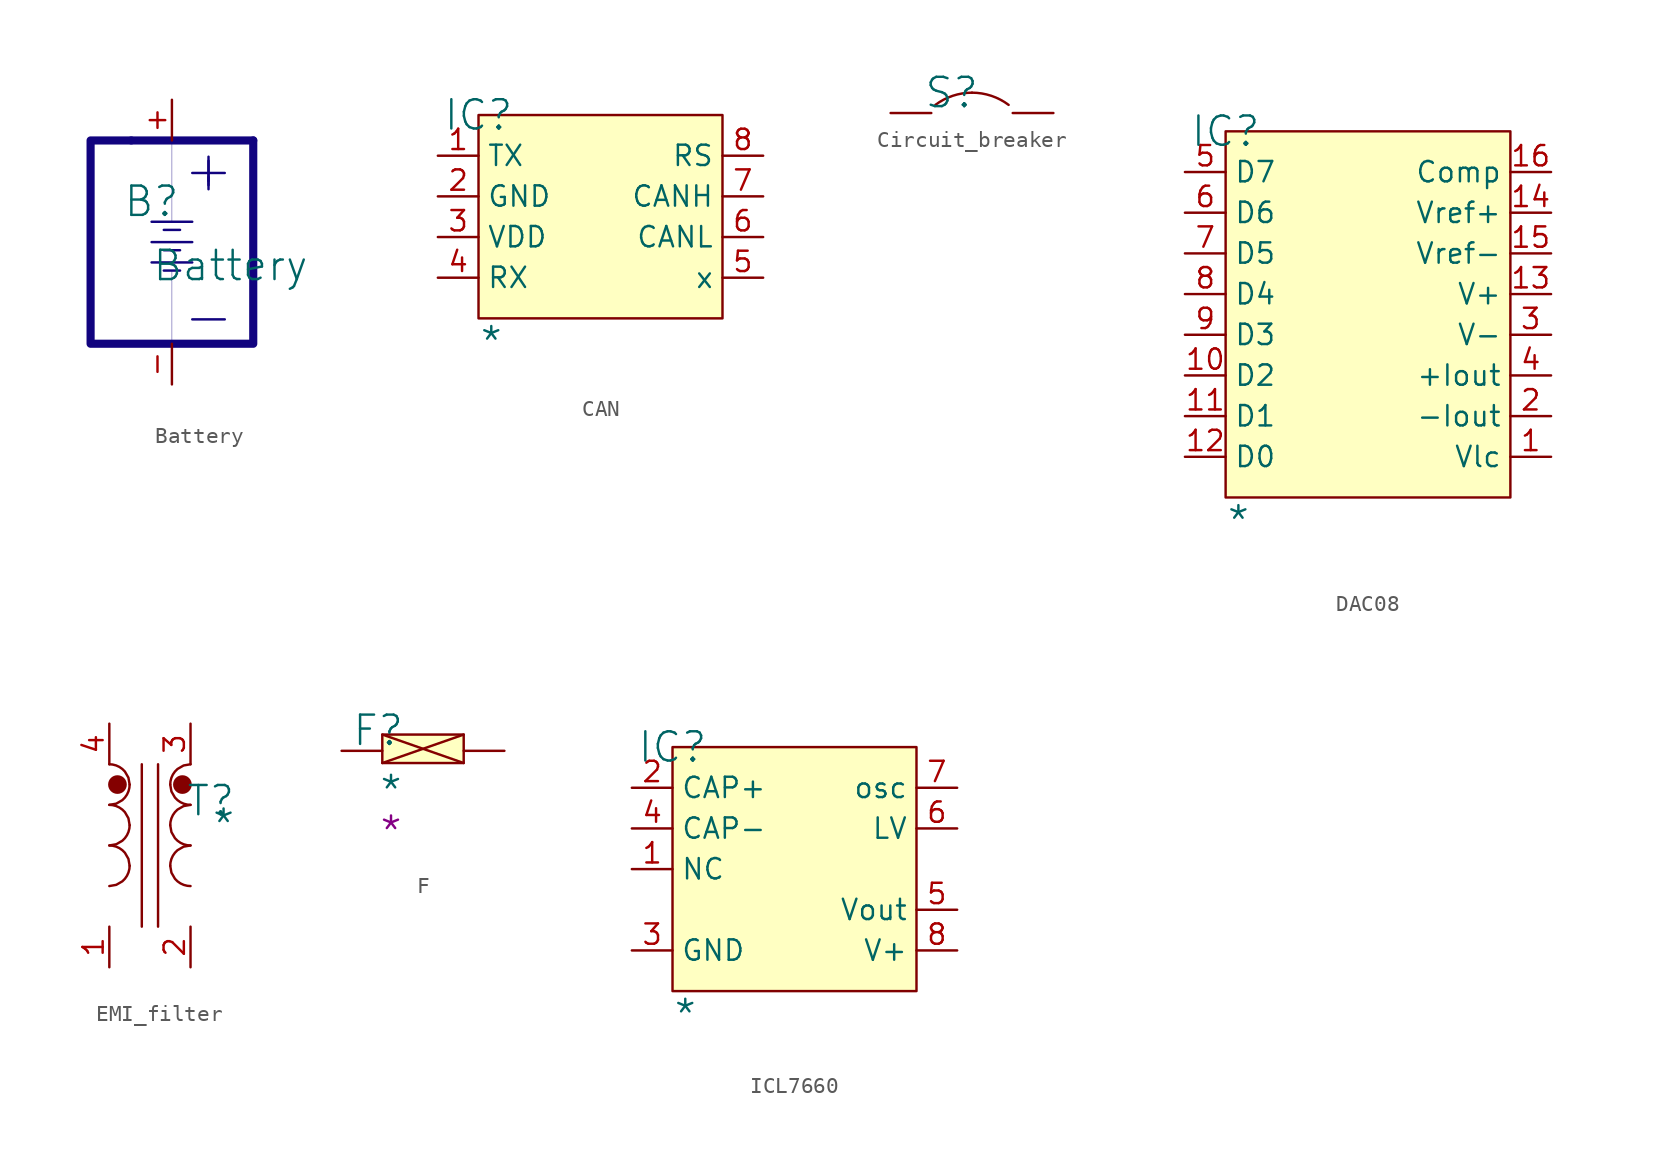
<source format=kicad_sym>
(kicad_symbol_lib
  (version 20241209)
  (generator "kicad_symbol_editor")
  (generator_version "9.0")
  (symbol "Battery"
    (pin_names
      (hide yes))
    (property "Reference" "B"
      (at -1.27 1.27 0)
      (effects (font (size 1.829 1.829))))
    (property "Value" "Battery"
      (at -1.27 -3.81 0)
      (effects (font (size 1.829 1.829)) (justify left bottom)))
    (symbol "Battery_1_0"
      (polyline (pts (xy -2.54 5.08) (xy 5.08 5.08)) (stroke (width 0.508) (type solid) (color 17 3 127 1)) (fill (type none)))
      (polyline (pts (xy -1.27 0) (xy 1.27 0)) (stroke (width 0) (type solid) (color 17 3 127 1)) (fill (type none)))
      (polyline (pts (xy -1.27 -1.27) (xy 1.27 -1.27)) (stroke (width 0) (type solid) (color 17 3 127 1)) (fill (type none)))
      (polyline (pts (xy -1.27 -2.54) (xy 1.27 -2.54)) (stroke (width 0) (type solid) (color 17 3 127 1)) (fill (type none)))
      (polyline (pts (xy -0.508 -0.508) (xy 0.508 -0.508)) (stroke (width 0) (type solid) (color 17 3 127 1)) (fill (type none)))
      (polyline (pts (xy -0.508 -1.778) (xy 0.508 -1.778)) (stroke (width 0) (type solid) (color 17 3 127 1)) (fill (type none)))
      (polyline (pts (xy -0.508 -3.048) (xy 0.508 -3.048)) (stroke (width 0) (type solid) (color 17 3 127 1)) (fill (type none)))
      (polyline (pts (xy 0 5.08) (xy 0 0)) (stroke (width 0.025) (type solid) (color 17 3 127 1)) (fill (type none)))
      (polyline (pts (xy 0 -3.048) (xy 0 -7.62)) (stroke (width 0.025) (type solid) (color 17 3 127 1)) (fill (type none)))
      (polyline (pts (xy 1.27 3.048) (xy 3.302 3.048)) (stroke (width 0) (type solid) (color 17 3 127 1)) (fill (type none)))
      (polyline (pts (xy 1.27 -6.096) (xy 3.302 -6.096)) (stroke (width 0) (type solid) (color 17 3 127 1)) (fill (type none)))
      (polyline (pts (xy 2.286 4.064) (xy 2.286 2.032)) (stroke (width 0) (type solid) (color 17 3 127 1)) (fill (type none)))
      (polyline (pts (xy 2.286 3.81) (xy 2.286 2.54)) (stroke (width 0) (type solid) (color 17 3 127 1)) (fill (type none)))
      (polyline (pts (xy 2.286 2.794) (xy 2.286 2.286)) (stroke (width 0) (type solid) (color 17 3 127 1)) (fill (type none)))
      (polyline (pts (xy 5.08 5.08) (xy 5.08 -7.62) (xy -5.08 -7.62) (xy -5.08 5.08) (xy -2.54 5.08)) (stroke (width 0.508) (type solid) (color 17 3 127 1)) (fill (type none)))
      (pin power_in line (at 0 7.62 270) (length 2.54) (name "+" (effects (font (size 1.27 1.27)))) (number "+" (effects (font (size 1.27 1.27)))))
      (pin power_in line (at 0 -10.16 90) (length 2.54) (name "-" (effects (font (size 1.27 1.27)))) (number "-" (effects (font (size 1.27 1.27)))))))
  (symbol "CAN"
    (property "Reference" "IC"
      (at 0 0 0)
      (effects (font (size 1.829 1.829))))
    (property "Value" "*"
      (at 0 -15.24 0)
      (effects (font (size 1.829 1.829)) (justify left bottom)))
    (symbol "CAN_1_0"
      (rectangle (start 15.24 0) (end 0 -12.7) (stroke (width 0) (type solid) (color 128 0 0 1)) (fill (type background)))
      (pin passive line (at -2.54 -2.54 0) (length 2.54) (name "TX" (effects (font (size 1.27 1.27)))) (number "1" (effects (font (size 1.27 1.27)))))
      (pin passive line (at -2.54 -5.08 0) (length 2.54) (name "GND" (effects (font (size 1.27 1.27)))) (number "2" (effects (font (size 1.27 1.27)))))
      (pin passive line (at -2.54 -7.62 0) (length 2.54) (name "VDD" (effects (font (size 1.27 1.27)))) (number "3" (effects (font (size 1.27 1.27)))))
      (pin passive line (at -2.54 -10.16 0) (length 2.54) (name "RX" (effects (font (size 1.27 1.27)))) (number "4" (effects (font (size 1.27 1.27)))))
      (pin passive line (at 17.78 -2.54 180) (length 2.54) (name "RS" (effects (font (size 1.27 1.27)))) (number "8" (effects (font (size 1.27 1.27)))))
      (pin passive line (at 17.78 -5.08 180) (length 2.54) (name "CANH" (effects (font (size 1.27 1.27)))) (number "7" (effects (font (size 1.27 1.27)))))
      (pin passive line (at 17.78 -7.62 180) (length 2.54) (name "CANL" (effects (font (size 1.27 1.27)))) (number "6" (effects (font (size 1.27 1.27)))))
      (pin passive line (at 17.78 -10.16 180) (length 2.54) (name "x" (effects (font (size 1.27 1.27)))) (number "5" (effects (font (size 1.27 1.27)))))))
  (symbol "Circuit_breaker"
    (pin_numbers
      (hide yes))
    (pin_names
      (hide yes))
    (property "Reference" "S"
      (at -1.27 1.27 0)
      (effects (font (size 1.829 1.829))))
    (symbol "Circuit_breaker_1_0"
      (arc (start -2.286 0.508) (mid -1.2048 1.0745) (end 0 1.27) (stroke (width 0) (type solid)) (fill (type none)))
      (arc (start 0 1.27) (mid 1.2048 1.0745) (end 2.286 0.508) (stroke (width 0) (type solid)) (fill (type none)))
      (pin passive line (at -5.08 0 0) (length 2.54) (name "1" (effects (font (size 1.27 1.27)))) (number "1" (effects (font (size 1.27 1.27)))))
      (pin passive line (at 5.08 0 180) (length 2.54) (name "2" (effects (font (size 1.27 1.27)))) (number "2" (effects (font (size 1.27 1.27)))))))
  (symbol "DAC08"
    (property "Reference" "IC"
      (at 0 0 0)
      (effects (font (size 1.829 1.829))))
    (property "Value" "*"
      (at 0 -25.4 0)
      (effects (font (size 1.829 1.829)) (justify left bottom)))
    (symbol "DAC08_1_0"
      (rectangle (start 17.78 0) (end 0 -22.86) (stroke (width 0) (type solid) (color 128 0 0 1)) (fill (type background)))
      (pin passive line (at -2.54 -2.54 0) (length 2.54) (name "D7" (effects (font (size 1.27 1.27)))) (number "5" (effects (font (size 1.27 1.27)))))
      (pin passive line (at -2.54 -5.08 0) (length 2.54) (name "D6" (effects (font (size 1.27 1.27)))) (number "6" (effects (font (size 1.27 1.27)))))
      (pin passive line (at -2.54 -7.62 0) (length 2.54) (name "D5" (effects (font (size 1.27 1.27)))) (number "7" (effects (font (size 1.27 1.27)))))
      (pin passive line (at -2.54 -10.16 0) (length 2.54) (name "D4" (effects (font (size 1.27 1.27)))) (number "8" (effects (font (size 1.27 1.27)))))
      (pin passive line (at -2.54 -12.7 0) (length 2.54) (name "D3" (effects (font (size 1.27 1.27)))) (number "9" (effects (font (size 1.27 1.27)))))
      (pin passive line (at -2.54 -15.24 0) (length 2.54) (name "D2" (effects (font (size 1.27 1.27)))) (number "10" (effects (font (size 1.27 1.27)))))
      (pin passive line (at -2.54 -17.78 0) (length 2.54) (name "D1" (effects (font (size 1.27 1.27)))) (number "11" (effects (font (size 1.27 1.27)))))
      (pin passive line (at -2.54 -20.32 0) (length 2.54) (name "D0" (effects (font (size 1.27 1.27)))) (number "12" (effects (font (size 1.27 1.27)))))
      (pin passive line (at 20.32 -2.54 180) (length 2.54) (name "Comp" (effects (font (size 1.27 1.27)))) (number "16" (effects (font (size 1.27 1.27)))))
      (pin passive line (at 20.32 -5.08 180) (length 2.54) (name "Vref+" (effects (font (size 1.27 1.27)))) (number "14" (effects (font (size 1.27 1.27)))))
      (pin passive line (at 20.32 -7.62 180) (length 2.54) (name "Vref-" (effects (font (size 1.27 1.27)))) (number "15" (effects (font (size 1.27 1.27)))))
      (pin passive line (at 20.32 -10.16 180) (length 2.54) (name "V+" (effects (font (size 1.27 1.27)))) (number "13" (effects (font (size 1.27 1.27)))))
      (pin passive line (at 20.32 -12.7 180) (length 2.54) (name "V-" (effects (font (size 1.27 1.27)))) (number "3" (effects (font (size 1.27 1.27)))))
      (pin passive line (at 20.32 -15.24 180) (length 2.54) (name "+Iout" (effects (font (size 1.27 1.27)))) (number "4" (effects (font (size 1.27 1.27)))))
      (pin passive line (at 20.32 -17.78 180) (length 2.54) (name "-Iout" (effects (font (size 1.27 1.27)))) (number "2" (effects (font (size 1.27 1.27)))))
      (pin passive line (at 20.32 -20.32 180) (length 2.54) (name "Vlc" (effects (font (size 1.27 1.27)))) (number "1" (effects (font (size 1.27 1.27)))))))
  (symbol "EMI_filter"
    (pin_names
      (hide yes))
    (property "Reference" "T"
      (at 6.35 -2.286 0)
      (effects (font (size 1.829 1.829))))
    (property "Value" "*"
      (at 6.35 -4.826 0)
      (effects (font (size 1.829 1.829)) (justify left bottom)))
    (symbol "EMI_filter_1_0"
      (bezier (pts (xy 0 -2.54) (xy 0.701 -2.54) (xy 1.27 -1.971) (xy 1.27 -1.27)) (stroke (width 0) (type solid)) (fill (type none)))
      (bezier (pts (xy 0 -5.08) (xy 0.701 -5.08) (xy 1.27 -4.511) (xy 1.27 -3.81)) (stroke (width 0) (type solid)) (fill (type none)))
      (bezier (pts (xy 0 -7.62) (xy 0.701 -7.62) (xy 1.27 -7.051) (xy 1.27 -6.35)) (stroke (width 0) (type solid)) (fill (type none)))
      (circle (center 0.508 -1.27) (radius 0.508) (stroke (width 0) (type solid)) (fill (type outline)))
      (bezier (pts (xy 1.27 -1.27) (xy 1.27 -0.569) (xy 0.701 0) (xy 0 0)) (stroke (width 0) (type solid)) (fill (type none)))
      (bezier (pts (xy 1.27 -3.81) (xy 1.27 -3.108) (xy 0.701 -2.54) (xy 0 -2.54)) (stroke (width 0) (type solid)) (fill (type none)))
      (bezier (pts (xy 1.27 -6.35) (xy 1.27 -5.649) (xy 0.701 -5.08) (xy 0 -5.08)) (stroke (width 0) (type solid)) (fill (type none)))
      (polyline (pts (xy 2.032 0) (xy 2.032 -10.16)) (stroke (width 0) (type solid)) (fill (type none)))
      (polyline (pts (xy 3.048 -10.16) (xy 3.048 0)) (stroke (width 0) (type solid)) (fill (type none)))
      (bezier (pts (xy 3.81 -1.27) (xy 3.81 -1.971) (xy 4.378 -2.54) (xy 5.08 -2.54)) (stroke (width 0) (type solid)) (fill (type none)))
      (bezier (pts (xy 3.81 -3.81) (xy 3.81 -4.511) (xy 4.378 -5.08) (xy 5.08 -5.08)) (stroke (width 0) (type solid)) (fill (type none)))
      (bezier (pts (xy 3.81 -6.35) (xy 3.81 -7.051) (xy 4.378 -7.62) (xy 5.08 -7.62)) (stroke (width 0) (type solid)) (fill (type none)))
      (circle (center 4.572 -1.27) (radius 0.508) (stroke (width 0) (type solid)) (fill (type outline)))
      (bezier (pts (xy 5.08 0) (xy 4.378 0) (xy 3.81 -0.569) (xy 3.81 -1.27)) (stroke (width 0) (type solid)) (fill (type none)))
      (bezier (pts (xy 5.08 -2.54) (xy 4.378 -2.54) (xy 3.81 -3.108) (xy 3.81 -3.81)) (stroke (width 0) (type solid)) (fill (type none)))
      (bezier (pts (xy 5.08 -5.08) (xy 4.378 -5.08) (xy 3.81 -5.649) (xy 3.81 -6.35)) (stroke (width 0) (type solid)) (fill (type none)))
      (pin passive line (at 0 2.54 270) (length 2.54) (name "4" (effects (font (size 1.27 1.27)))) (number "4" (effects (font (size 1.27 1.27)))))
      (pin passive line (at 0 -12.7 90) (length 2.54) (name "1" (effects (font (size 1.27 1.27)))) (number "1" (effects (font (size 1.27 1.27)))))
      (pin passive line (at 5.08 2.54 270) (length 2.54) (name "3" (effects (font (size 1.27 1.27)))) (number "3" (effects (font (size 1.27 1.27)))))
      (pin passive line (at 5.08 -12.7 90) (length 2.54) (name "2" (effects (font (size 1.27 1.27)))) (number "2" (effects (font (size 1.27 1.27)))))))
  (symbol "F"
    (pin_numbers
      (hide yes))
    (pin_names
      (hide yes))
    (property "Reference" "F"
      (at -0.254 -1.27 0)
      (effects (font (size 1.829 1.829))))
    (property "Value" "*"
      (at -0.254 -6.096 0)
      (effects (font (size 1.829 1.829)) (justify left bottom)))
    (property "ALTIUM_VALUE" "*"
      (at -0.254 -8.636 0)
      (effects (font (size 1.829 1.829)) (justify left bottom)))
    (symbol "F_1_0"
      (polyline (pts (xy 0 -3.302) (xy 5.08 -1.524)) (stroke (width 0) (type solid)) (fill (type none)))
      (rectangle (start 5.08 -1.524) (end 0 -3.302) (stroke (width 0) (type solid) (color 128 0 0 1)) (fill (type background)))
      (polyline (pts (xy 5.08 -3.302) (xy 0 -1.524)) (stroke (width 0) (type solid)) (fill (type none)))
      (pin passive line (at -2.54 -2.54 0) (length 2.54) (name "1" (effects (font (size 1.27 1.27)))) (number "1" (effects (font (size 1.27 1.27)))))
      (pin passive line (at 7.62 -2.54 180) (length 2.54) (name "2" (effects (font (size 1.27 1.27)))) (number "2" (effects (font (size 1.27 1.27)))))))
  (symbol "ICL7660"
    (property "Reference" "IC"
      (at 0 0 0)
      (effects (font (size 1.829 1.829))))
    (property "Value" "*"
      (at 0 -17.78 0)
      (effects (font (size 1.829 1.829)) (justify left bottom)))
    (symbol "ICL7660_1_0"
      (rectangle (start 15.24 0) (end 0 -15.24) (stroke (width 0) (type solid) (color 128 0 0 1)) (fill (type background)))
      (pin passive line (at -2.54 -2.54 0) (length 2.54) (name "CAP+" (effects (font (size 1.27 1.27)))) (number "2" (effects (font (size 1.27 1.27)))))
      (pin passive line (at -2.54 -5.08 0) (length 2.54) (name "CAP-" (effects (font (size 1.27 1.27)))) (number "4" (effects (font (size 1.27 1.27)))))
      (pin passive line (at -2.54 -7.62 0) (length 2.54) (name "NC" (effects (font (size 1.27 1.27)))) (number "1" (effects (font (size 1.27 1.27)))))
      (pin passive line (at -2.54 -12.7 0) (length 2.54) (name "GND" (effects (font (size 1.27 1.27)))) (number "3" (effects (font (size 1.27 1.27)))))
      (pin passive line (at 17.78 -2.54 180) (length 2.54) (name "osc" (effects (font (size 1.27 1.27)))) (number "7" (effects (font (size 1.27 1.27)))))
      (pin passive line (at 17.78 -5.08 180) (length 2.54) (name "LV" (effects (font (size 1.27 1.27)))) (number "6" (effects (font (size 1.27 1.27)))))
      (pin passive line (at 17.78 -10.16 180) (length 2.54) (name "Vout" (effects (font (size 1.27 1.27)))) (number "5" (effects (font (size 1.27 1.27)))))
      (pin passive line (at 17.78 -12.7 180) (length 2.54) (name "V+" (effects (font (size 1.27 1.27)))) (number "8" (effects (font (size 1.27 1.27))))))))
</source>
